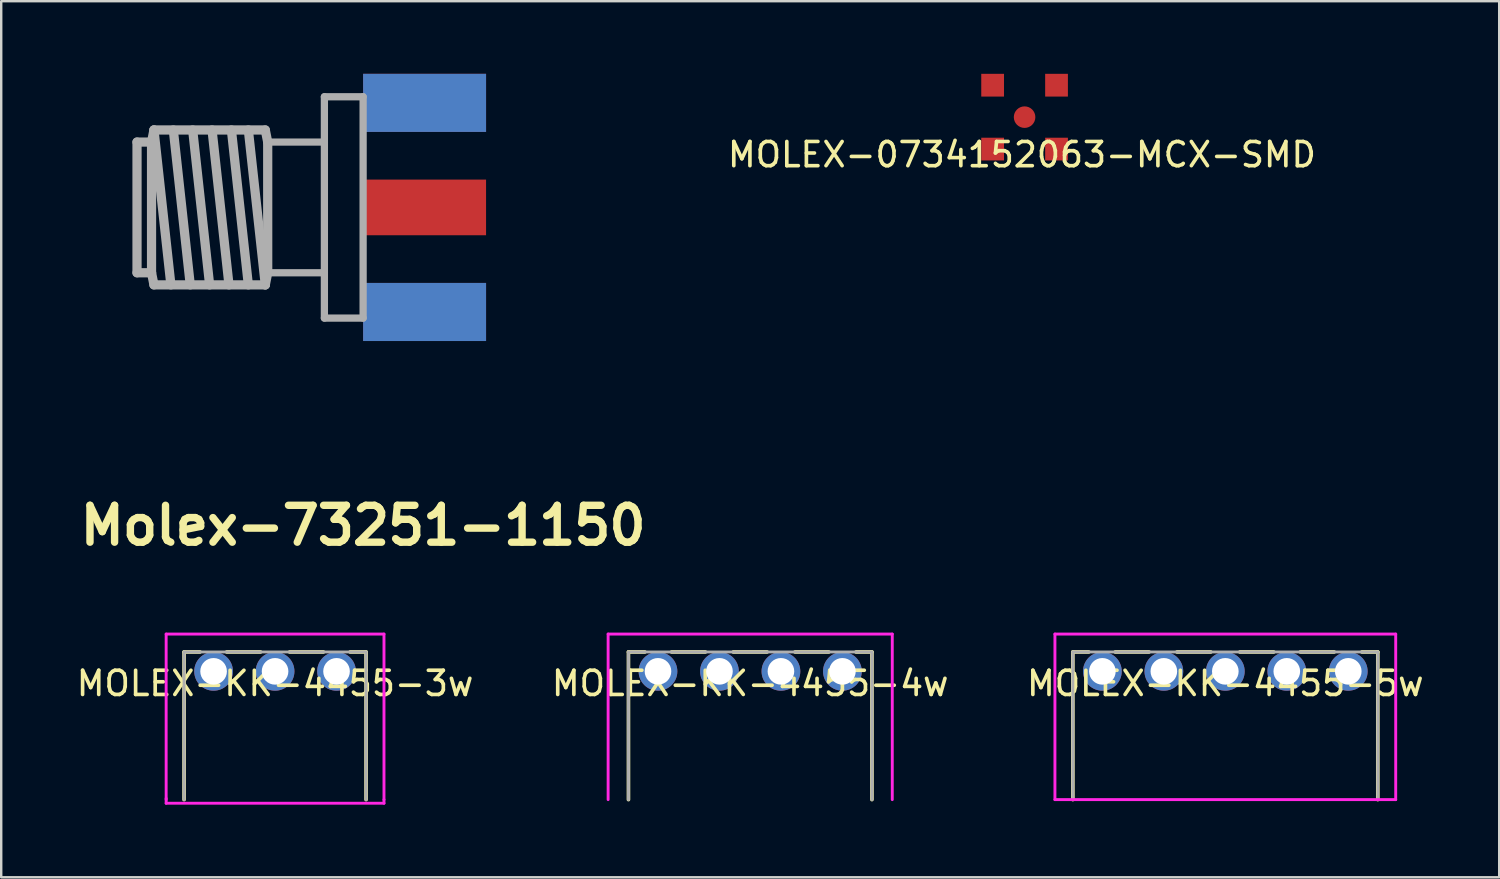
<source format=kicad_pcb>
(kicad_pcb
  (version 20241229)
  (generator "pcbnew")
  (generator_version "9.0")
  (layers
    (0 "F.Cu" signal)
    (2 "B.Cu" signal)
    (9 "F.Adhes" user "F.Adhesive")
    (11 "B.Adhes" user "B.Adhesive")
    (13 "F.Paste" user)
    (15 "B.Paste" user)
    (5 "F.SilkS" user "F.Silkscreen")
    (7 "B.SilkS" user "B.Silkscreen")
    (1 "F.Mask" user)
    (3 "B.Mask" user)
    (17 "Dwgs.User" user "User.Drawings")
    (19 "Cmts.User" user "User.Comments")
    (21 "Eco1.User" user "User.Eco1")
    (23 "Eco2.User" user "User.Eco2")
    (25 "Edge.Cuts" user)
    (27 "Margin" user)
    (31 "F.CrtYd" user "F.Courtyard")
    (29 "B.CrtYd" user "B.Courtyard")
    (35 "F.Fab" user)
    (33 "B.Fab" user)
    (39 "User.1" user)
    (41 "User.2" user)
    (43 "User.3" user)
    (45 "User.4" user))
  (footprint "MOLEX-KK-4455-4w"
    (layer "F.Cu")
    (at 27.946 24.688)
    (property "Reference" "MOLEX-KK-4455-4w" (at 0 0.5 0) (layer "F.SilkS") (effects (font (size 1 1) (thickness 0.15))))
    (attr through_hole)
    (fp_line (start -5.03 -0.8) (end -4.35 -0.8) (stroke (width 0.15) (type solid)) (layer "F.SilkS"))
    (fp_line (start -5.03 5.3) (end -5.03 -0.8) (stroke (width 0.15) (type solid)) (layer "F.SilkS"))
    (fp_line (start -3.25 -0.8) (end -1.85 -0.8) (stroke (width 0.15) (type solid)) (layer "F.SilkS"))
    (fp_line (start -0.7 -0.8) (end 0.7 -0.8) (stroke (width 0.15) (type solid)) (layer "F.SilkS"))
    (fp_line (start 1.85 -0.8) (end 3.25 -0.8) (stroke (width 0.15) (type solid)) (layer "F.SilkS"))
    (fp_line (start 4.37 -0.8) (end 5.03 -0.8) (stroke (width 0.15) (type solid)) (layer "F.SilkS"))
    (fp_line (start 5.03 -0.8) (end 5.03 5.3) (stroke (width 0.15) (type solid)) (layer "F.SilkS"))
    (fp_line (start -5.87 -1.54) (end 5.87 -1.54) (stroke (width 0.12) (type solid)) (layer "F.CrtYd"))
    (fp_line (start -5.87 5.3) (end -5.87 -1.54) (stroke (width 0.12) (type solid)) (layer "F.CrtYd"))
    (fp_line (start 5.87 -1.54) (end 5.87 5.3) (stroke (width 0.12) (type solid)) (layer "F.CrtYd"))
    (fp_line (start -5.03 -0.8) (end 5.03 -0.8) (stroke (width 0.12) (type solid)) (layer "F.Fab"))
    (fp_line (start -5.03 5.3) (end -5.03 -0.8) (stroke (width 0.12) (type solid)) (layer "F.Fab"))
    (fp_line (start 5.03 -0.8) (end 5.03 5.3) (stroke (width 0.12) (type solid)) (layer "F.Fab"))
    (pad "1" thru_hole circle (at -3.81 0) (size 1.6 1.6) (drill 1.1) (layers "*.Cu" "*.Mask"))
    (pad "2" thru_hole circle (at -1.27 0) (size 1.6 1.6) (drill 1.1) (layers "*.Cu" "*.Mask"))
    (pad "3" thru_hole circle (at 1.27 0) (size 1.6 1.6) (drill 1.1) (layers "*.Cu" "*.Mask"))
    (pad "4" thru_hole circle (at 3.81 0) (size 1.6 1.6) (drill 1.1) (layers "*.Cu" "*.Mask")))
  (footprint "Molex-73251-1150"
    (layer "F.Cu")
    (at 11.953 5.52)
    (property "Reference" "Molex-73251-1150" (at 0 13.142 0) (layer "F.SilkS") (effects (font (size 1.524 1.524) (thickness 0.305))))
    (attr through_hole)
    (fp_line (start -9.342 -2.7) (end -9.342 2.7) (stroke (width 0.381) (type solid)) (layer "F.Fab"))
    (fp_line (start -9.342 -2.7) (end -8.742 -2.7) (stroke (width 0.381) (type solid)) (layer "F.Fab"))
    (fp_line (start -9.342 2.7) (end -8.742 2.7) (stroke (width 0.381) (type solid)) (layer "F.Fab"))
    (fp_line (start -8.742 -2.7) (end -8.742 2.7) (stroke (width 0.381) (type solid)) (layer "F.Fab"))
    (fp_line (start -8.742 2.7) (end -8.642 3.2) (stroke (width 0.381) (type solid)) (layer "F.Fab"))
    (fp_line (start -8.642 -3.2) (end -8.742 -2.7) (stroke (width 0.381) (type solid)) (layer "F.Fab"))
    (fp_line (start -8.642 -3.2) (end -7.942 3.2) (stroke (width 0.381) (type solid)) (layer "F.Fab"))
    (fp_line (start -7.842 -3.2) (end -7.142 3.2) (stroke (width 0.381) (type solid)) (layer "F.Fab"))
    (fp_line (start -7.042 -3.2) (end -6.342 3.2) (stroke (width 0.381) (type solid)) (layer "F.Fab"))
    (fp_line (start -6.242 -3.2) (end -5.542 3.2) (stroke (width 0.381) (type solid)) (layer "F.Fab"))
    (fp_line (start -5.442 -3.2) (end -4.742 3.2) (stroke (width 0.381) (type solid)) (layer "F.Fab"))
    (fp_line (start -4.742 -3.2) (end -4.042 3.2) (stroke (width 0.381) (type solid)) (layer "F.Fab"))
    (fp_line (start -4.042 -3.2) (end -8.642 -3.2) (stroke (width 0.381) (type solid)) (layer "F.Fab"))
    (fp_line (start -4.042 -3.2) (end -3.942 -2.7) (stroke (width 0.381) (type solid)) (layer "F.Fab"))
    (fp_line (start -4.042 3.2) (end -8.642 3.2) (stroke (width 0.381) (type solid)) (layer "F.Fab"))
    (fp_line (start -3.942 -2.7) (end -3.942 2.7) (stroke (width 0.381) (type solid)) (layer "F.Fab"))
    (fp_line (start -3.942 -2.7) (end -1.6 -2.7) (stroke (width 0.3) (type solid)) (layer "F.Fab"))
    (fp_line (start -3.942 2.7) (end -4.042 3.2) (stroke (width 0.381) (type solid)) (layer "F.Fab"))
    (fp_line (start -1.6 -4.572) (end -1.6 4.572) (stroke (width 0.3) (type solid)) (layer "F.Fab"))
    (fp_line (start -1.6 2.7) (end -3.942 2.7) (stroke (width 0.3) (type solid)) (layer "F.Fab"))
    (fp_line (start -1.6 4.572) (end 0 4.572) (stroke (width 0.3) (type solid)) (layer "F.Fab"))
    (fp_line (start 0 -4.572) (end -1.6 -4.572) (stroke (width 0.3) (type solid)) (layer "F.Fab"))
    (fp_line (start 0 4.572) (end 0 -4.572) (stroke (width 0.3) (type solid)) (layer "F.Fab"))
    (pad "1" smd rect (at 2.54 0) (size 5.08 2.3) (layers "F.Cu" "F.Mask" "F.Paste"))
    (pad "2" smd rect (at 2.54 -4.32) (size 5.08 2.4) (layers "F.Cu" "F.Mask" "F.Paste"))
    (pad "2" smd rect (at 2.54 -4.32) (size 5.08 2.4) (layers "B.Cu" "B.Mask" "B.Paste"))
    (pad "2" smd rect (at 2.54 4.32) (size 5.08 2.4) (layers "F.Cu" "F.Mask" "F.Paste"))
    (pad "2" smd rect (at 2.54 4.32) (size 5.08 2.4) (layers "B.Cu" "B.Mask" "B.Paste")))
  (footprint "MOLEX-KK-4455-3w"
    (layer "F.Cu")
    (at 8.315 24.688)
    (property "Reference" "MOLEX-KK-4455-3w" (at 0 0.5 0) (layer "F.SilkS") (effects (font (size 1 1) (thickness 0.15))))
    (attr through_hole)
    (fp_line (start -3.76 -0.8) (end -3.1 -0.8) (stroke (width 0.15) (type solid)) (layer "F.SilkS"))
    (fp_line (start -3.76 5.3) (end -3.76 -0.8) (stroke (width 0.15) (type solid)) (layer "F.SilkS"))
    (fp_line (start -2 -0.8) (end -0.6 -0.8) (stroke (width 0.15) (type solid)) (layer "F.SilkS"))
    (fp_line (start 0.6 -0.8) (end 2 -0.8) (stroke (width 0.15) (type solid)) (layer "F.SilkS"))
    (fp_line (start 3.1 -0.8) (end 3.76 -0.8) (stroke (width 0.15) (type solid)) (layer "F.SilkS"))
    (fp_line (start 3.76 -0.8) (end 3.76 5.3) (stroke (width 0.15) (type solid)) (layer "F.SilkS"))
    (fp_line (start -4.5 -1.54) (end 4.5 -1.54) (stroke (width 0.12) (type solid)) (layer "F.CrtYd"))
    (fp_line (start -4.5 5.25) (end -4.5 5.45) (stroke (width 0.12) (type solid)) (layer "F.CrtYd"))
    (fp_line (start -4.5 5.3) (end -4.5 -1.54) (stroke (width 0.12) (type solid)) (layer "F.CrtYd"))
    (fp_line (start -4.5 5.45) (end 4.5 5.45) (stroke (width 0.12) (type solid)) (layer "F.CrtYd"))
    (fp_line (start 4.5 -1.54) (end 4.5 5.3) (stroke (width 0.12) (type solid)) (layer "F.CrtYd"))
    (fp_line (start 4.5 5.45) (end 4.5 5.3) (stroke (width 0.12) (type solid)) (layer "F.CrtYd"))
    (fp_line (start -3.76 -0.8) (end 3.76 -0.8) (stroke (width 0.12) (type solid)) (layer "F.Fab"))
    (fp_line (start -3.76 5.3) (end -3.76 -0.8) (stroke (width 0.12) (type solid)) (layer "F.Fab"))
    (fp_line (start 3.76 -0.8) (end 3.76 5.3) (stroke (width 0.12) (type solid)) (layer "F.Fab"))
    (pad "1" thru_hole circle (at -2.54 0) (size 1.6 1.6) (drill 1.1) (layers "*.Cu" "*.Mask"))
    (pad "2" thru_hole circle (at 0 0) (size 1.6 1.6) (drill 1.1) (layers "*.Cu" "*.Mask"))
    (pad "3" thru_hole circle (at 2.54 0) (size 1.6 1.6) (drill 1.1) (layers "*.Cu" "*.Mask")))
  (footprint "MOLEX-KK-4455-5w"
    (layer "F.Cu")
    (at 47.577 24.688)
    (property "Reference" "MOLEX-KK-4455-5w" (at 0 0.5 0) (layer "F.SilkS") (effects (font (size 1 1) (thickness 0.15))))
    (attr through_hole)
    (fp_line (start -6.3 -0.8) (end -5.64 -0.8) (stroke (width 0.15) (type solid)) (layer "F.SilkS"))
    (fp_line (start -6.3 5.3) (end -6.3 -0.8) (stroke (width 0.15) (type solid)) (layer "F.SilkS"))
    (fp_line (start -4.55 -0.8) (end -3.15 -0.8) (stroke (width 0.15) (type solid)) (layer "F.SilkS"))
    (fp_line (start -2 -0.8) (end -0.6 -0.8) (stroke (width 0.15) (type solid)) (layer "F.SilkS"))
    (fp_line (start 0.6 -0.8) (end 2 -0.8) (stroke (width 0.15) (type solid)) (layer "F.SilkS"))
    (fp_line (start 3.1 -0.8) (end 4.5 -0.8) (stroke (width 0.15) (type solid)) (layer "F.SilkS"))
    (fp_line (start 5.64 -0.8) (end 6.3 -0.8) (stroke (width 0.15) (type solid)) (layer "F.SilkS"))
    (fp_line (start 6.3 -0.8) (end 6.3 5.3) (stroke (width 0.15) (type solid)) (layer "F.SilkS"))
    (fp_line (start -7.04 -1.54) (end 7.04 -1.54) (stroke (width 0.12) (type solid)) (layer "F.CrtYd"))
    (fp_line (start -7.04 5.3) (end -7.04 -1.54) (stroke (width 0.12) (type solid)) (layer "F.CrtYd"))
    (fp_line (start -7.04 5.3) (end 7.04 5.3) (stroke (width 0.12) (type solid)) (layer "F.CrtYd"))
    (fp_line (start 7.04 -1.54) (end 7.04 5.3) (stroke (width 0.12) (type solid)) (layer "F.CrtYd"))
    (fp_line (start -6.3 -0.8) (end 6.3 -0.8) (stroke (width 0.12) (type solid)) (layer "F.Fab"))
    (fp_line (start -6.3 5.3) (end -6.3 -0.8) (stroke (width 0.12) (type solid)) (layer "F.Fab"))
    (fp_line (start 6.3 -0.8) (end 6.3 5.3) (stroke (width 0.12) (type solid)) (layer "F.Fab"))
    (pad "1" thru_hole circle (at -5.08 0) (size 1.6 1.6) (drill 1.1) (layers "*.Cu" "*.Mask"))
    (pad "2" thru_hole circle (at -2.54 0) (size 1.6 1.6) (drill 1.1) (layers "*.Cu" "*.Mask"))
    (pad "3" thru_hole circle (at 0 0) (size 1.6 1.6) (drill 1.1) (layers "*.Cu" "*.Mask"))
    (pad "4" thru_hole circle (at 2.54 0) (size 1.6 1.6) (drill 1.1) (layers "*.Cu" "*.Mask"))
    (pad "5" thru_hole circle (at 5.08 0) (size 1.6 1.6) (drill 1.1) (layers "*.Cu" "*.Mask")))
  (footprint "MOLEX-0734152063-MCX-SMD"
    (layer "F.Cu")
    (at 39.283 1.79)
    (property "Reference" "MOLEX-0734152063-MCX-SMD" (at -0.11 1.55 0) (layer "F.SilkS") (effects (font (size 1 1) (thickness 0.15))))
    (attr through_hole)
    (pad "1" smd circle (at 0 0) (size 0.89 0.89) (layers "F.Cu" "F.Mask" "F.Paste"))
    (pad "2" smd rect (at -1.32 -1.32) (size 0.94 0.94) (layers "F.Cu" "F.Mask" "F.Paste"))
    (pad "2" smd rect (at -1.32 1.32) (size 0.94 0.94) (layers "F.Cu" "F.Mask" "F.Paste"))
    (pad "2" smd rect (at 1.32 -1.32) (size 0.94 0.94) (layers "F.Cu" "F.Mask" "F.Paste"))
    (pad "2" smd rect (at 1.32 1.32) (size 0.94 0.94) (layers "F.Cu" "F.Mask" "F.Paste")))
  (gr_rect
    (start -3 -3)
    (end 58.893 33.198)
    (stroke (width 0.1) (type default))
    (fill no)
    (layer "Edge.Cuts")))
</source>
